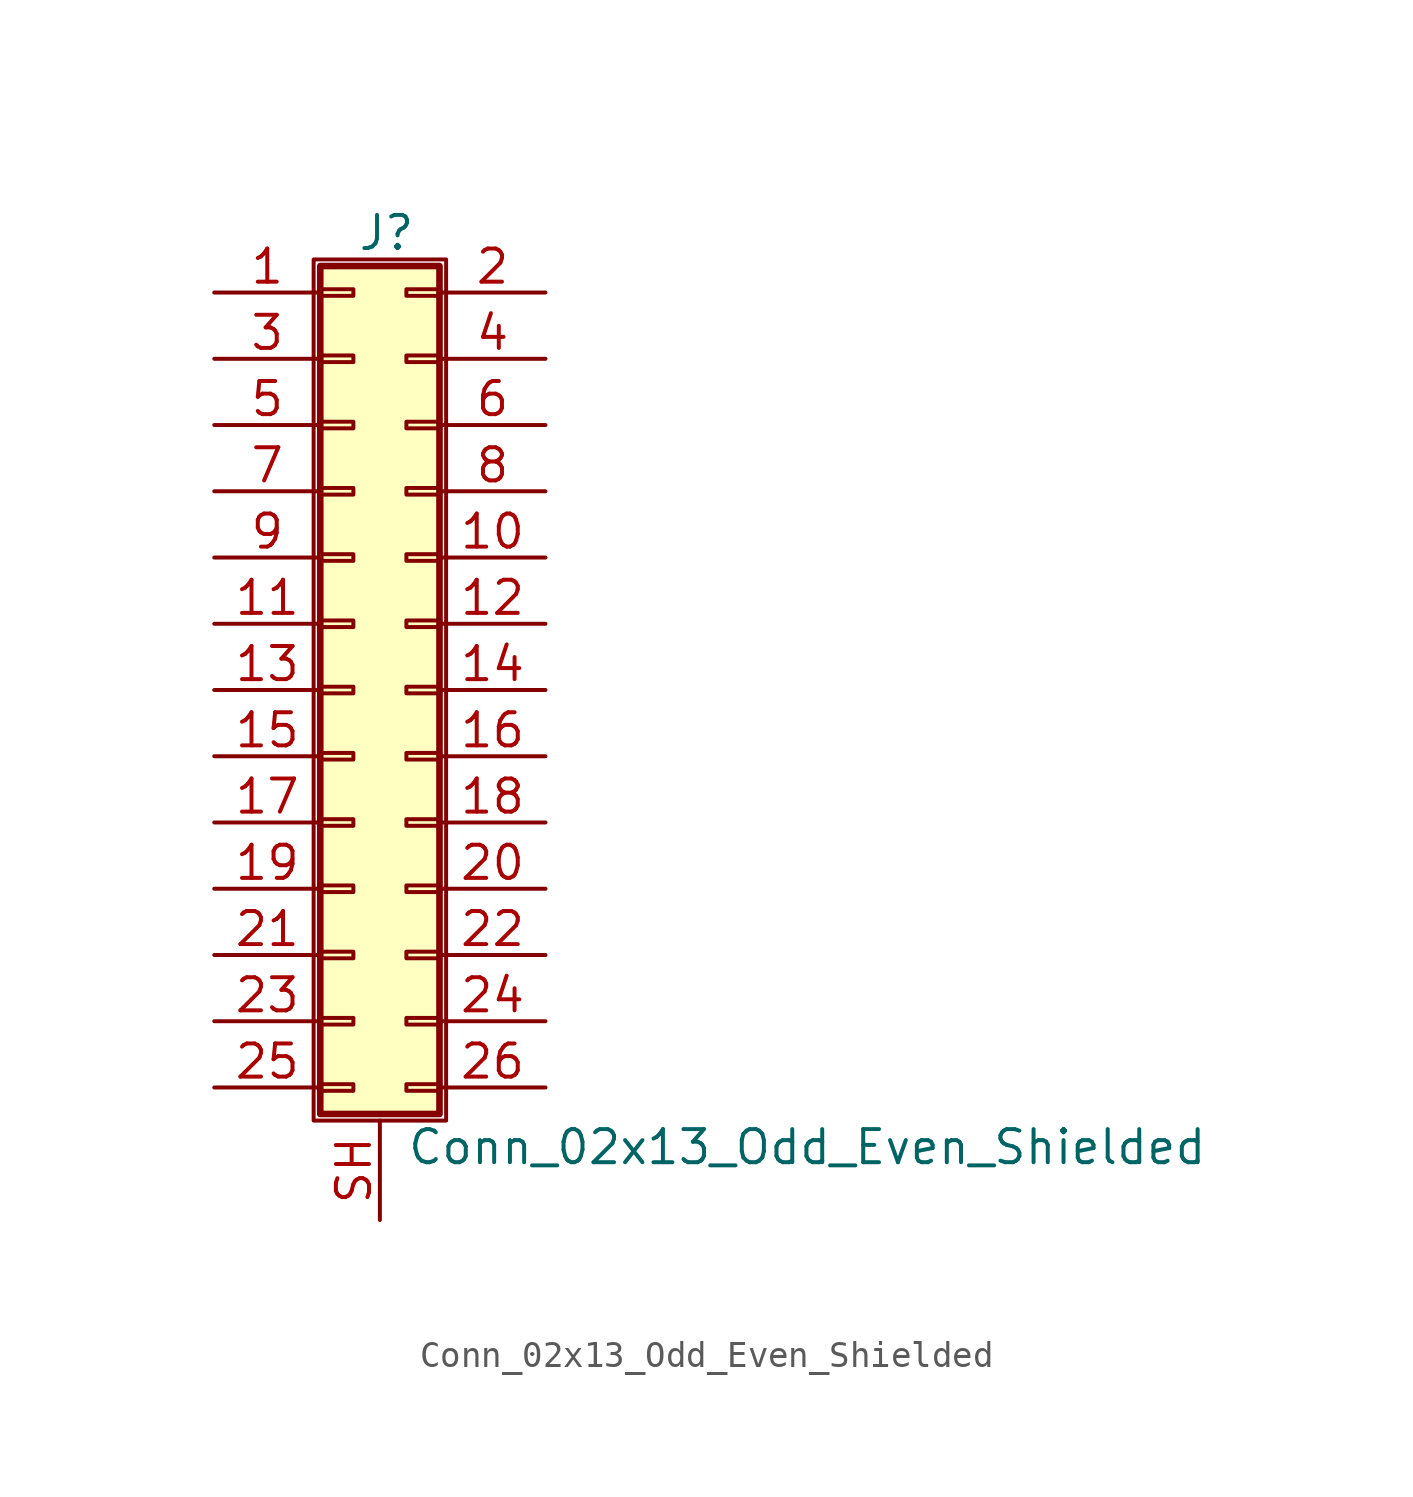
<source format=kicad_sym>
(kicad_symbol_lib
  (version 20220914)
  (generator kicad_symbol_editor)
  (symbol "Conn_02x13_Odd_Even_Shielded"
    (pin_names
      (offset 1.016) hide)
    (property "Reference" "J"
      (at 1.524 17.526 0)
      (effects (font (size 1.27 1.27))))
    (property "Value" "Conn_02x13_Odd_Even_Shielded"
      (at 2.286 -17.526 0)
      (effects (font (size 1.27 1.27)) (justify left)))
    (symbol "Conn_02x13_Odd_Even_Shielded_1_1"
      (rectangle (start -1.27 16.51) (end 3.81 -16.51) (stroke (width 0.152) (type default)) (fill (type none)))
      (rectangle (start -1.016 -15.113) (end 0.254 -15.367) (stroke (width 0.152) (type default)) (fill (type none)))
      (rectangle (start -1.016 -12.573) (end 0.254 -12.827) (stroke (width 0.152) (type default)) (fill (type none)))
      (rectangle (start -1.016 -10.033) (end 0.254 -10.287) (stroke (width 0.152) (type default)) (fill (type none)))
      (rectangle (start -1.016 -7.493) (end 0.254 -7.747) (stroke (width 0.152) (type default)) (fill (type none)))
      (rectangle (start -1.016 -4.953) (end 0.254 -5.207) (stroke (width 0.152) (type default)) (fill (type none)))
      (rectangle (start -1.016 -2.413) (end 0.254 -2.667) (stroke (width 0.152) (type default)) (fill (type none)))
      (rectangle (start -1.016 0.127) (end 0.254 -0.127) (stroke (width 0.152) (type default)) (fill (type none)))
      (rectangle (start -1.016 2.667) (end 0.254 2.413) (stroke (width 0.152) (type default)) (fill (type none)))
      (rectangle (start -1.016 5.207) (end 0.254 4.953) (stroke (width 0.152) (type default)) (fill (type none)))
      (rectangle (start -1.016 7.747) (end 0.254 7.493) (stroke (width 0.152) (type default)) (fill (type none)))
      (rectangle (start -1.016 10.287) (end 0.254 10.033) (stroke (width 0.152) (type default)) (fill (type none)))
      (rectangle (start -1.016 12.827) (end 0.254 12.573) (stroke (width 0.152) (type default)) (fill (type none)))
      (rectangle (start -1.016 15.367) (end 0.254 15.113) (stroke (width 0.152) (type default)) (fill (type none)))
      (rectangle (start -1.016 16.256) (end 3.556 -16.256) (stroke (width 0.254) (type default)) (fill (type background)))
      (rectangle (start 3.556 -15.113) (end 2.286 -15.367) (stroke (width 0.152) (type default)) (fill (type none)))
      (rectangle (start 3.556 -12.573) (end 2.286 -12.827) (stroke (width 0.152) (type default)) (fill (type none)))
      (rectangle (start 3.556 -10.033) (end 2.286 -10.287) (stroke (width 0.152) (type default)) (fill (type none)))
      (rectangle (start 3.556 -7.493) (end 2.286 -7.747) (stroke (width 0.152) (type default)) (fill (type none)))
      (rectangle (start 3.556 -4.953) (end 2.286 -5.207) (stroke (width 0.152) (type default)) (fill (type none)))
      (rectangle (start 3.556 -2.413) (end 2.286 -2.667) (stroke (width 0.152) (type default)) (fill (type none)))
      (rectangle (start 3.556 0.127) (end 2.286 -0.127) (stroke (width 0.152) (type default)) (fill (type none)))
      (rectangle (start 3.556 2.667) (end 2.286 2.413) (stroke (width 0.152) (type default)) (fill (type none)))
      (rectangle (start 3.556 5.207) (end 2.286 4.953) (stroke (width 0.152) (type default)) (fill (type none)))
      (rectangle (start 3.556 7.747) (end 2.286 7.493) (stroke (width 0.152) (type default)) (fill (type none)))
      (rectangle (start 3.556 10.287) (end 2.286 10.033) (stroke (width 0.152) (type default)) (fill (type none)))
      (rectangle (start 3.556 12.827) (end 2.286 12.573) (stroke (width 0.152) (type default)) (fill (type none)))
      (rectangle (start 3.556 15.367) (end 2.286 15.113) (stroke (width 0.152) (type default)) (fill (type none)))
      (pin passive line (at -5.08 15.24 0) (length 4.064) (name "Pin_1" (effects (font (size 1.27 1.27)))) (number "1" (effects (font (size 1.27 1.27)))))
      (pin passive line (at 7.62 5.08 180) (length 4.064) (name "Pin_10" (effects (font (size 1.27 1.27)))) (number "10" (effects (font (size 1.27 1.27)))))
      (pin passive line (at -5.08 2.54 0) (length 4.064) (name "Pin_11" (effects (font (size 1.27 1.27)))) (number "11" (effects (font (size 1.27 1.27)))))
      (pin passive line (at 7.62 2.54 180) (length 4.064) (name "Pin_12" (effects (font (size 1.27 1.27)))) (number "12" (effects (font (size 1.27 1.27)))))
      (pin passive line (at -5.08 0 0) (length 4.064) (name "Pin_13" (effects (font (size 1.27 1.27)))) (number "13" (effects (font (size 1.27 1.27)))))
      (pin passive line (at 7.62 0 180) (length 4.064) (name "Pin_14" (effects (font (size 1.27 1.27)))) (number "14" (effects (font (size 1.27 1.27)))))
      (pin passive line (at -5.08 -2.54 0) (length 4.064) (name "Pin_15" (effects (font (size 1.27 1.27)))) (number "15" (effects (font (size 1.27 1.27)))))
      (pin passive line (at 7.62 -2.54 180) (length 4.064) (name "Pin_16" (effects (font (size 1.27 1.27)))) (number "16" (effects (font (size 1.27 1.27)))))
      (pin passive line (at -5.08 -5.08 0) (length 4.064) (name "Pin_17" (effects (font (size 1.27 1.27)))) (number "17" (effects (font (size 1.27 1.27)))))
      (pin passive line (at 7.62 -5.08 180) (length 4.064) (name "Pin_18" (effects (font (size 1.27 1.27)))) (number "18" (effects (font (size 1.27 1.27)))))
      (pin passive line (at -5.08 -7.62 0) (length 4.064) (name "Pin_19" (effects (font (size 1.27 1.27)))) (number "19" (effects (font (size 1.27 1.27)))))
      (pin passive line (at 7.62 15.24 180) (length 4.064) (name "Pin_2" (effects (font (size 1.27 1.27)))) (number "2" (effects (font (size 1.27 1.27)))))
      (pin passive line (at 7.62 -7.62 180) (length 4.064) (name "Pin_20" (effects (font (size 1.27 1.27)))) (number "20" (effects (font (size 1.27 1.27)))))
      (pin passive line (at -5.08 -10.16 0) (length 4.064) (name "Pin_21" (effects (font (size 1.27 1.27)))) (number "21" (effects (font (size 1.27 1.27)))))
      (pin passive line (at 7.62 -10.16 180) (length 4.064) (name "Pin_22" (effects (font (size 1.27 1.27)))) (number "22" (effects (font (size 1.27 1.27)))))
      (pin passive line (at -5.08 -12.7 0) (length 4.064) (name "Pin_23" (effects (font (size 1.27 1.27)))) (number "23" (effects (font (size 1.27 1.27)))))
      (pin passive line (at 7.62 -12.7 180) (length 4.064) (name "Pin_24" (effects (font (size 1.27 1.27)))) (number "24" (effects (font (size 1.27 1.27)))))
      (pin passive line (at -5.08 -15.24 0) (length 4.064) (name "Pin_25" (effects (font (size 1.27 1.27)))) (number "25" (effects (font (size 1.27 1.27)))))
      (pin passive line (at 7.62 -15.24 180) (length 4.064) (name "Pin_26" (effects (font (size 1.27 1.27)))) (number "26" (effects (font (size 1.27 1.27)))))
      (pin passive line (at -5.08 12.7 0) (length 4.064) (name "Pin_3" (effects (font (size 1.27 1.27)))) (number "3" (effects (font (size 1.27 1.27)))))
      (pin passive line (at 7.62 12.7 180) (length 4.064) (name "Pin_4" (effects (font (size 1.27 1.27)))) (number "4" (effects (font (size 1.27 1.27)))))
      (pin passive line (at -5.08 10.16 0) (length 4.064) (name "Pin_5" (effects (font (size 1.27 1.27)))) (number "5" (effects (font (size 1.27 1.27)))))
      (pin passive line (at 7.62 10.16 180) (length 4.064) (name "Pin_6" (effects (font (size 1.27 1.27)))) (number "6" (effects (font (size 1.27 1.27)))))
      (pin passive line (at -5.08 7.62 0) (length 4.064) (name "Pin_7" (effects (font (size 1.27 1.27)))) (number "7" (effects (font (size 1.27 1.27)))))
      (pin passive line (at 7.62 7.62 180) (length 4.064) (name "Pin_8" (effects (font (size 1.27 1.27)))) (number "8" (effects (font (size 1.27 1.27)))))
      (pin passive line (at -5.08 5.08 0) (length 4.064) (name "Pin_9" (effects (font (size 1.27 1.27)))) (number "9" (effects (font (size 1.27 1.27)))))
      (pin passive line (at 1.27 -20.32 90) (length 3.81) (name "Shield" (effects (font (size 1.27 1.27)))) (number "SH" (effects (font (size 1.27 1.27))))))))
</source>
